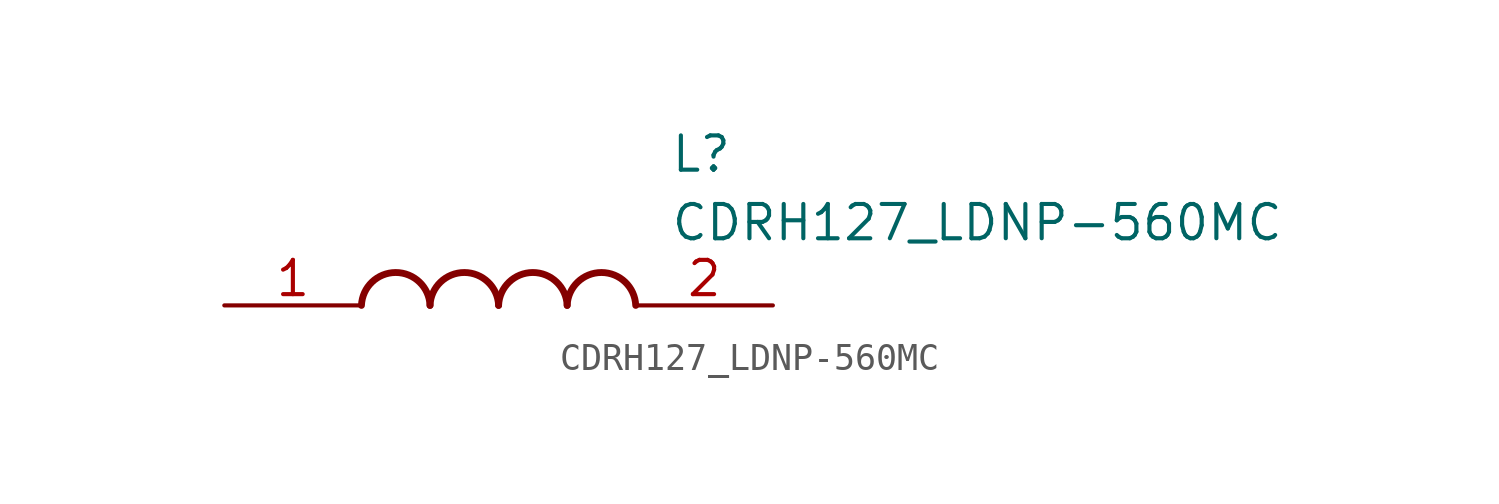
<source format=kicad_sym>
(kicad_symbol_lib
  (version 20211014)
  (generator SamacSys_ECAD_Model)
  (symbol "CDRH127_LDNP-560MC"
    (pin_names hide)
    (property "Reference" "L"
      (at 16.51 6.35 0)
      (effects (font (size 1.27 1.27)) (justify left top)))
    (property "Value" "CDRH127_LDNP-560MC"
      (at 16.51 3.81 0)
      (effects (font (size 1.27 1.27)) (justify left top)))
    (arc
      (start 7.62 0)
      (mid 6.35 1.219)
      (end 5.08 0)
      (stroke (width 0.254) (type default))
      (fill (type none)))
    (arc
      (start 10.16 0)
      (mid 8.89 1.219)
      (end 7.62 0)
      (stroke (width 0.254) (type default))
      (fill (type none)))
    (arc
      (start 12.7 0)
      (mid 11.43 1.219)
      (end 10.16 0)
      (stroke (width 0.254) (type default))
      (fill (type none)))
    (arc
      (start 15.24 0)
      (mid 13.97 1.219)
      (end 12.7 0)
      (stroke (width 0.254) (type default))
      (fill (type none)))
    (pin passive line
      (at 0 0 0)
      (length 5.08)
      (name "1" (effects (font (size 1.27 1.27))))
      (number "1" (effects (font (size 1.27 1.27)))))
    (pin passive line
      (at 20.32 0 180)
      (length 5.08)
      (name "2" (effects (font (size 1.27 1.27))))
      (number "2" (effects (font (size 1.27 1.27)))))))
</source>
